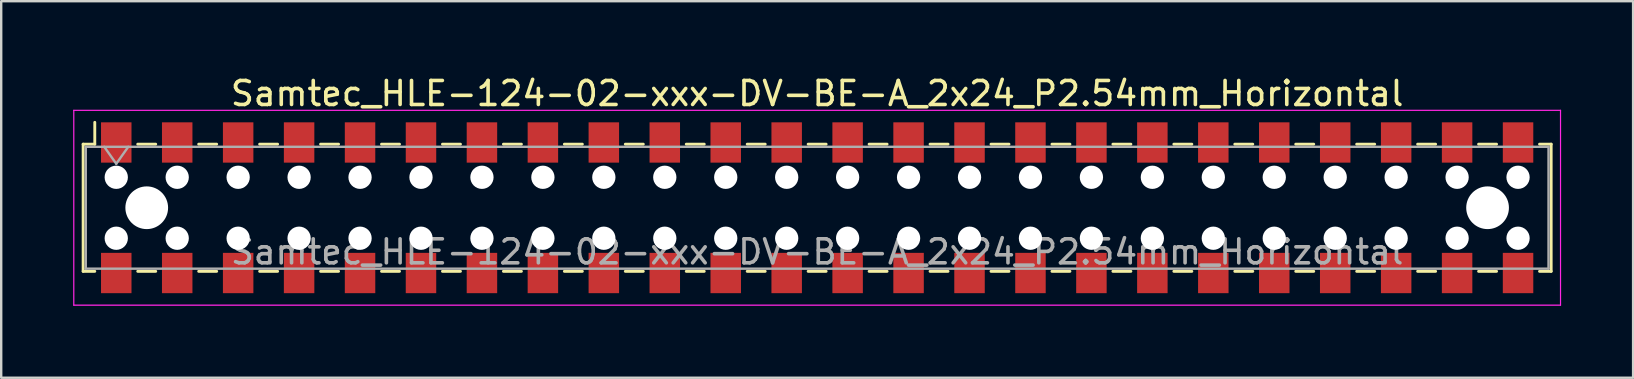
<source format=kicad_pcb>
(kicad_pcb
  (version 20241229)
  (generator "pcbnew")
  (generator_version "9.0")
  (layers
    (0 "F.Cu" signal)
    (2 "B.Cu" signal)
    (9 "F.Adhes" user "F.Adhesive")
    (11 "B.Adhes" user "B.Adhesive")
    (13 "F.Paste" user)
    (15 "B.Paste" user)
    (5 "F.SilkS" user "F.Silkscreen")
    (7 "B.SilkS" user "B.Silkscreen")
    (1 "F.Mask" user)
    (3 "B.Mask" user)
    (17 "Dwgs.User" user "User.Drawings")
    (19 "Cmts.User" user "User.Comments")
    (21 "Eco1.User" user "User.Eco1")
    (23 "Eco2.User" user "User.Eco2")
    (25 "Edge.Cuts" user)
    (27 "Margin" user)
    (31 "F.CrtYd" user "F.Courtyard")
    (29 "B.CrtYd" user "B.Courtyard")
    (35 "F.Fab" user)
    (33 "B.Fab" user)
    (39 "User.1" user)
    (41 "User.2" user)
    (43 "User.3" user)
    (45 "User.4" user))
  (footprint "Samtec_HLE-124-02-xxx-DV-BE-A_2x24_P2.54mm_Horizontal"
    (layer "F.Cu")
    (at 31.005 5.608)
    (property "Reference" "Samtec_HLE-124-02-xxx-DV-BE-A_2x24_P2.54mm_Horizontal" (at 0 -4.76 0) (layer "F.SilkS") (effects (font (size 1 1) (thickness 0.15))))
    (attr smd)
    (fp_line (start -30.59 -2.65) (end -30.59 2.65) (stroke (width 0.12) (type solid)) (layer "F.SilkS"))
    (fp_line (start -30.59 2.65) (end -30.105 2.65) (stroke (width 0.12) (type solid)) (layer "F.SilkS"))
    (fp_line (start -30.105 -3.56) (end -30.105 -2.65) (stroke (width 0.12) (type solid)) (layer "F.SilkS"))
    (fp_line (start -30.105 -2.65) (end -30.59 -2.65) (stroke (width 0.12) (type solid)) (layer "F.SilkS"))
    (fp_line (start -28.315 -2.65) (end -27.565 -2.65) (stroke (width 0.12) (type solid)) (layer "F.SilkS"))
    (fp_line (start -28.315 2.65) (end -27.565 2.65) (stroke (width 0.12) (type solid)) (layer "F.SilkS"))
    (fp_line (start -25.775 -2.65) (end -25.025 -2.65) (stroke (width 0.12) (type solid)) (layer "F.SilkS"))
    (fp_line (start -25.775 2.65) (end -25.025 2.65) (stroke (width 0.12) (type solid)) (layer "F.SilkS"))
    (fp_line (start -23.235 -2.65) (end -22.485 -2.65) (stroke (width 0.12) (type solid)) (layer "F.SilkS"))
    (fp_line (start -23.235 2.65) (end -22.485 2.65) (stroke (width 0.12) (type solid)) (layer "F.SilkS"))
    (fp_line (start -20.695 -2.65) (end -19.945 -2.65) (stroke (width 0.12) (type solid)) (layer "F.SilkS"))
    (fp_line (start -20.695 2.65) (end -19.945 2.65) (stroke (width 0.12) (type solid)) (layer "F.SilkS"))
    (fp_line (start -18.155 -2.65) (end -17.405 -2.65) (stroke (width 0.12) (type solid)) (layer "F.SilkS"))
    (fp_line (start -18.155 2.65) (end -17.405 2.65) (stroke (width 0.12) (type solid)) (layer "F.SilkS"))
    (fp_line (start -15.615 -2.65) (end -14.865 -2.65) (stroke (width 0.12) (type solid)) (layer "F.SilkS"))
    (fp_line (start -15.615 2.65) (end -14.865 2.65) (stroke (width 0.12) (type solid)) (layer "F.SilkS"))
    (fp_line (start -13.075 -2.65) (end -12.325 -2.65) (stroke (width 0.12) (type solid)) (layer "F.SilkS"))
    (fp_line (start -13.075 2.65) (end -12.325 2.65) (stroke (width 0.12) (type solid)) (layer "F.SilkS"))
    (fp_line (start -10.535 -2.65) (end -9.785 -2.65) (stroke (width 0.12) (type solid)) (layer "F.SilkS"))
    (fp_line (start -10.535 2.65) (end -9.785 2.65) (stroke (width 0.12) (type solid)) (layer "F.SilkS"))
    (fp_line (start -7.995 -2.65) (end -7.245 -2.65) (stroke (width 0.12) (type solid)) (layer "F.SilkS"))
    (fp_line (start -7.995 2.65) (end -7.245 2.65) (stroke (width 0.12) (type solid)) (layer "F.SilkS"))
    (fp_line (start -5.455 -2.65) (end -4.705 -2.65) (stroke (width 0.12) (type solid)) (layer "F.SilkS"))
    (fp_line (start -5.455 2.65) (end -4.705 2.65) (stroke (width 0.12) (type solid)) (layer "F.SilkS"))
    (fp_line (start -2.915 -2.65) (end -2.165 -2.65) (stroke (width 0.12) (type solid)) (layer "F.SilkS"))
    (fp_line (start -2.915 2.65) (end -2.165 2.65) (stroke (width 0.12) (type solid)) (layer "F.SilkS"))
    (fp_line (start -0.375 -2.65) (end 0.375 -2.65) (stroke (width 0.12) (type solid)) (layer "F.SilkS"))
    (fp_line (start -0.375 2.65) (end 0.375 2.65) (stroke (width 0.12) (type solid)) (layer "F.SilkS"))
    (fp_line (start 2.165 -2.65) (end 2.915 -2.65) (stroke (width 0.12) (type solid)) (layer "F.SilkS"))
    (fp_line (start 2.165 2.65) (end 2.915 2.65) (stroke (width 0.12) (type solid)) (layer "F.SilkS"))
    (fp_line (start 4.705 -2.65) (end 5.455 -2.65) (stroke (width 0.12) (type solid)) (layer "F.SilkS"))
    (fp_line (start 4.705 2.65) (end 5.455 2.65) (stroke (width 0.12) (type solid)) (layer "F.SilkS"))
    (fp_line (start 7.245 -2.65) (end 7.995 -2.65) (stroke (width 0.12) (type solid)) (layer "F.SilkS"))
    (fp_line (start 7.245 2.65) (end 7.995 2.65) (stroke (width 0.12) (type solid)) (layer "F.SilkS"))
    (fp_line (start 9.785 -2.65) (end 10.535 -2.65) (stroke (width 0.12) (type solid)) (layer "F.SilkS"))
    (fp_line (start 9.785 2.65) (end 10.535 2.65) (stroke (width 0.12) (type solid)) (layer "F.SilkS"))
    (fp_line (start 12.325 -2.65) (end 13.075 -2.65) (stroke (width 0.12) (type solid)) (layer "F.SilkS"))
    (fp_line (start 12.325 2.65) (end 13.075 2.65) (stroke (width 0.12) (type solid)) (layer "F.SilkS"))
    (fp_line (start 14.865 -2.65) (end 15.615 -2.65) (stroke (width 0.12) (type solid)) (layer "F.SilkS"))
    (fp_line (start 14.865 2.65) (end 15.615 2.65) (stroke (width 0.12) (type solid)) (layer "F.SilkS"))
    (fp_line (start 17.405 -2.65) (end 18.155 -2.65) (stroke (width 0.12) (type solid)) (layer "F.SilkS"))
    (fp_line (start 17.405 2.65) (end 18.155 2.65) (stroke (width 0.12) (type solid)) (layer "F.SilkS"))
    (fp_line (start 19.945 -2.65) (end 20.695 -2.65) (stroke (width 0.12) (type solid)) (layer "F.SilkS"))
    (fp_line (start 19.945 2.65) (end 20.695 2.65) (stroke (width 0.12) (type solid)) (layer "F.SilkS"))
    (fp_line (start 22.485 -2.65) (end 23.235 -2.65) (stroke (width 0.12) (type solid)) (layer "F.SilkS"))
    (fp_line (start 22.485 2.65) (end 23.235 2.65) (stroke (width 0.12) (type solid)) (layer "F.SilkS"))
    (fp_line (start 25.025 -2.65) (end 25.775 -2.65) (stroke (width 0.12) (type solid)) (layer "F.SilkS"))
    (fp_line (start 25.025 2.65) (end 25.775 2.65) (stroke (width 0.12) (type solid)) (layer "F.SilkS"))
    (fp_line (start 27.565 -2.65) (end 28.315 -2.65) (stroke (width 0.12) (type solid)) (layer "F.SilkS"))
    (fp_line (start 27.565 2.65) (end 28.315 2.65) (stroke (width 0.12) (type solid)) (layer "F.SilkS"))
    (fp_line (start 30.105 -2.65) (end 30.59 -2.65) (stroke (width 0.12) (type solid)) (layer "F.SilkS"))
    (fp_line (start 30.59 -2.65) (end 30.59 2.65) (stroke (width 0.12) (type solid)) (layer "F.SilkS"))
    (fp_line (start 30.59 2.65) (end 30.105 2.65) (stroke (width 0.12) (type solid)) (layer "F.SilkS"))
    (fp_line (start -30.98 -4.06) (end 30.98 -4.06) (stroke (width 0.05) (type solid)) (layer "F.CrtYd"))
    (fp_line (start -30.98 4.06) (end -30.98 -4.06) (stroke (width 0.05) (type solid)) (layer "F.CrtYd"))
    (fp_line (start 30.98 -4.06) (end 30.98 4.06) (stroke (width 0.05) (type solid)) (layer "F.CrtYd"))
    (fp_line (start 30.98 4.06) (end -30.98 4.06) (stroke (width 0.05) (type solid)) (layer "F.CrtYd"))
    (fp_line (start -30.48 -2.54) (end 30.48 -2.54) (stroke (width 0.1) (type solid)) (layer "F.Fab"))
    (fp_line (start -30.48 2.54) (end -30.48 -2.54) (stroke (width 0.1) (type solid)) (layer "F.Fab"))
    (fp_line (start -29.71 -2.54) (end -29.21 -1.833) (stroke (width 0.1) (type solid)) (layer "F.Fab"))
    (fp_line (start -29.21 -1.833) (end -28.71 -2.54) (stroke (width 0.1) (type solid)) (layer "F.Fab"))
    (fp_line (start 30.48 -2.54) (end 30.48 2.54) (stroke (width 0.1) (type solid)) (layer "F.Fab"))
    (fp_line (start 30.48 2.54) (end -30.48 2.54) (stroke (width 0.1) (type solid)) (layer "F.Fab"))
    (fp_text user "${REFERENCE}" (at 0 1.84 0) (layer "F.Fab") (effects (font (size 1 1) (thickness 0.15))))
    (pad "" np_thru_hole circle (at -29.21 -1.27) (size 0.97 0.97) (drill 0.97) (layers "*.Cu" "*.Mask"))
    (pad "" np_thru_hole circle (at -29.21 1.27) (size 0.97 0.97) (drill 0.97) (layers "*.Cu" "*.Mask"))
    (pad "" np_thru_hole circle (at -27.94 0) (size 1.78 1.78) (drill 1.78) (layers "*.Cu" "*.Mask"))
    (pad "" np_thru_hole circle (at -26.67 -1.27) (size 0.97 0.97) (drill 0.97) (layers "*.Cu" "*.Mask"))
    (pad "" np_thru_hole circle (at -26.67 1.27) (size 0.97 0.97) (drill 0.97) (layers "*.Cu" "*.Mask"))
    (pad "" np_thru_hole circle (at -24.13 -1.27) (size 0.97 0.97) (drill 0.97) (layers "*.Cu" "*.Mask"))
    (pad "" np_thru_hole circle (at -24.13 1.27) (size 0.97 0.97) (drill 0.97) (layers "*.Cu" "*.Mask"))
    (pad "" np_thru_hole circle (at -21.59 -1.27) (size 0.97 0.97) (drill 0.97) (layers "*.Cu" "*.Mask"))
    (pad "" np_thru_hole circle (at -21.59 1.27) (size 0.97 0.97) (drill 0.97) (layers "*.Cu" "*.Mask"))
    (pad "" np_thru_hole circle (at -19.05 -1.27) (size 0.97 0.97) (drill 0.97) (layers "*.Cu" "*.Mask"))
    (pad "" np_thru_hole circle (at -19.05 1.27) (size 0.97 0.97) (drill 0.97) (layers "*.Cu" "*.Mask"))
    (pad "" np_thru_hole circle (at -16.51 -1.27) (size 0.97 0.97) (drill 0.97) (layers "*.Cu" "*.Mask"))
    (pad "" np_thru_hole circle (at -16.51 1.27) (size 0.97 0.97) (drill 0.97) (layers "*.Cu" "*.Mask"))
    (pad "" np_thru_hole circle (at -13.97 -1.27) (size 0.97 0.97) (drill 0.97) (layers "*.Cu" "*.Mask"))
    (pad "" np_thru_hole circle (at -13.97 1.27) (size 0.97 0.97) (drill 0.97) (layers "*.Cu" "*.Mask"))
    (pad "" np_thru_hole circle (at -11.43 -1.27) (size 0.97 0.97) (drill 0.97) (layers "*.Cu" "*.Mask"))
    (pad "" np_thru_hole circle (at -11.43 1.27) (size 0.97 0.97) (drill 0.97) (layers "*.Cu" "*.Mask"))
    (pad "" np_thru_hole circle (at -8.89 -1.27) (size 0.97 0.97) (drill 0.97) (layers "*.Cu" "*.Mask"))
    (pad "" np_thru_hole circle (at -8.89 1.27) (size 0.97 0.97) (drill 0.97) (layers "*.Cu" "*.Mask"))
    (pad "" np_thru_hole circle (at -6.35 -1.27) (size 0.97 0.97) (drill 0.97) (layers "*.Cu" "*.Mask"))
    (pad "" np_thru_hole circle (at -6.35 1.27) (size 0.97 0.97) (drill 0.97) (layers "*.Cu" "*.Mask"))
    (pad "" np_thru_hole circle (at -3.81 -1.27) (size 0.97 0.97) (drill 0.97) (layers "*.Cu" "*.Mask"))
    (pad "" np_thru_hole circle (at -3.81 1.27) (size 0.97 0.97) (drill 0.97) (layers "*.Cu" "*.Mask"))
    (pad "" np_thru_hole circle (at -1.27 -1.27) (size 0.97 0.97) (drill 0.97) (layers "*.Cu" "*.Mask"))
    (pad "" np_thru_hole circle (at -1.27 1.27) (size 0.97 0.97) (drill 0.97) (layers "*.Cu" "*.Mask"))
    (pad "" np_thru_hole circle (at 1.27 -1.27) (size 0.97 0.97) (drill 0.97) (layers "*.Cu" "*.Mask"))
    (pad "" np_thru_hole circle (at 1.27 1.27) (size 0.97 0.97) (drill 0.97) (layers "*.Cu" "*.Mask"))
    (pad "" np_thru_hole circle (at 3.81 -1.27) (size 0.97 0.97) (drill 0.97) (layers "*.Cu" "*.Mask"))
    (pad "" np_thru_hole circle (at 3.81 1.27) (size 0.97 0.97) (drill 0.97) (layers "*.Cu" "*.Mask"))
    (pad "" np_thru_hole circle (at 6.35 -1.27) (size 0.97 0.97) (drill 0.97) (layers "*.Cu" "*.Mask"))
    (pad "" np_thru_hole circle (at 6.35 1.27) (size 0.97 0.97) (drill 0.97) (layers "*.Cu" "*.Mask"))
    (pad "" np_thru_hole circle (at 8.89 -1.27) (size 0.97 0.97) (drill 0.97) (layers "*.Cu" "*.Mask"))
    (pad "" np_thru_hole circle (at 8.89 1.27) (size 0.97 0.97) (drill 0.97) (layers "*.Cu" "*.Mask"))
    (pad "" np_thru_hole circle (at 11.43 -1.27) (size 0.97 0.97) (drill 0.97) (layers "*.Cu" "*.Mask"))
    (pad "" np_thru_hole circle (at 11.43 1.27) (size 0.97 0.97) (drill 0.97) (layers "*.Cu" "*.Mask"))
    (pad "" np_thru_hole circle (at 13.97 -1.27) (size 0.97 0.97) (drill 0.97) (layers "*.Cu" "*.Mask"))
    (pad "" np_thru_hole circle (at 13.97 1.27) (size 0.97 0.97) (drill 0.97) (layers "*.Cu" "*.Mask"))
    (pad "" np_thru_hole circle (at 16.51 -1.27) (size 0.97 0.97) (drill 0.97) (layers "*.Cu" "*.Mask"))
    (pad "" np_thru_hole circle (at 16.51 1.27) (size 0.97 0.97) (drill 0.97) (layers "*.Cu" "*.Mask"))
    (pad "" np_thru_hole circle (at 19.05 -1.27) (size 0.97 0.97) (drill 0.97) (layers "*.Cu" "*.Mask"))
    (pad "" np_thru_hole circle (at 19.05 1.27) (size 0.97 0.97) (drill 0.97) (layers "*.Cu" "*.Mask"))
    (pad "" np_thru_hole circle (at 21.59 -1.27) (size 0.97 0.97) (drill 0.97) (layers "*.Cu" "*.Mask"))
    (pad "" np_thru_hole circle (at 21.59 1.27) (size 0.97 0.97) (drill 0.97) (layers "*.Cu" "*.Mask"))
    (pad "" np_thru_hole circle (at 24.13 -1.27) (size 0.97 0.97) (drill 0.97) (layers "*.Cu" "*.Mask"))
    (pad "" np_thru_hole circle (at 24.13 1.27) (size 0.97 0.97) (drill 0.97) (layers "*.Cu" "*.Mask"))
    (pad "" np_thru_hole circle (at 26.67 -1.27) (size 0.97 0.97) (drill 0.97) (layers "*.Cu" "*.Mask"))
    (pad "" np_thru_hole circle (at 26.67 1.27) (size 0.97 0.97) (drill 0.97) (layers "*.Cu" "*.Mask"))
    (pad "" np_thru_hole circle (at 27.94 0) (size 1.78 1.78) (drill 1.78) (layers "*.Cu" "*.Mask"))
    (pad "" np_thru_hole circle (at 29.21 -1.27) (size 0.97 0.97) (drill 0.97) (layers "*.Cu" "*.Mask"))
    (pad "" np_thru_hole circle (at 29.21 1.27) (size 0.97 0.97) (drill 0.97) (layers "*.Cu" "*.Mask"))
    (pad "1" smd rect (at -29.21 -2.72) (size 1.27 1.68) (layers "F.Cu" "F.Mask" "F.Paste"))
    (pad "2" smd rect (at -29.21 2.72) (size 1.27 1.68) (layers "F.Cu" "F.Mask" "F.Paste"))
    (pad "3" smd rect (at -26.67 -2.72) (size 1.27 1.68) (layers "F.Cu" "F.Mask" "F.Paste"))
    (pad "4" smd rect (at -26.67 2.72) (size 1.27 1.68) (layers "F.Cu" "F.Mask" "F.Paste"))
    (pad "5" smd rect (at -24.13 -2.72) (size 1.27 1.68) (layers "F.Cu" "F.Mask" "F.Paste"))
    (pad "6" smd rect (at -24.13 2.72) (size 1.27 1.68) (layers "F.Cu" "F.Mask" "F.Paste"))
    (pad "7" smd rect (at -21.59 -2.72) (size 1.27 1.68) (layers "F.Cu" "F.Mask" "F.Paste"))
    (pad "8" smd rect (at -21.59 2.72) (size 1.27 1.68) (layers "F.Cu" "F.Mask" "F.Paste"))
    (pad "9" smd rect (at -19.05 -2.72) (size 1.27 1.68) (layers "F.Cu" "F.Mask" "F.Paste"))
    (pad "10" smd rect (at -19.05 2.72) (size 1.27 1.68) (layers "F.Cu" "F.Mask" "F.Paste"))
    (pad "11" smd rect (at -16.51 -2.72) (size 1.27 1.68) (layers "F.Cu" "F.Mask" "F.Paste"))
    (pad "12" smd rect (at -16.51 2.72) (size 1.27 1.68) (layers "F.Cu" "F.Mask" "F.Paste"))
    (pad "13" smd rect (at -13.97 -2.72) (size 1.27 1.68) (layers "F.Cu" "F.Mask" "F.Paste"))
    (pad "14" smd rect (at -13.97 2.72) (size 1.27 1.68) (layers "F.Cu" "F.Mask" "F.Paste"))
    (pad "15" smd rect (at -11.43 -2.72) (size 1.27 1.68) (layers "F.Cu" "F.Mask" "F.Paste"))
    (pad "16" smd rect (at -11.43 2.72) (size 1.27 1.68) (layers "F.Cu" "F.Mask" "F.Paste"))
    (pad "17" smd rect (at -8.89 -2.72) (size 1.27 1.68) (layers "F.Cu" "F.Mask" "F.Paste"))
    (pad "18" smd rect (at -8.89 2.72) (size 1.27 1.68) (layers "F.Cu" "F.Mask" "F.Paste"))
    (pad "19" smd rect (at -6.35 -2.72) (size 1.27 1.68) (layers "F.Cu" "F.Mask" "F.Paste"))
    (pad "20" smd rect (at -6.35 2.72) (size 1.27 1.68) (layers "F.Cu" "F.Mask" "F.Paste"))
    (pad "21" smd rect (at -3.81 -2.72) (size 1.27 1.68) (layers "F.Cu" "F.Mask" "F.Paste"))
    (pad "22" smd rect (at -3.81 2.72) (size 1.27 1.68) (layers "F.Cu" "F.Mask" "F.Paste"))
    (pad "23" smd rect (at -1.27 -2.72) (size 1.27 1.68) (layers "F.Cu" "F.Mask" "F.Paste"))
    (pad "24" smd rect (at -1.27 2.72) (size 1.27 1.68) (layers "F.Cu" "F.Mask" "F.Paste"))
    (pad "25" smd rect (at 1.27 -2.72) (size 1.27 1.68) (layers "F.Cu" "F.Mask" "F.Paste"))
    (pad "26" smd rect (at 1.27 2.72) (size 1.27 1.68) (layers "F.Cu" "F.Mask" "F.Paste"))
    (pad "27" smd rect (at 3.81 -2.72) (size 1.27 1.68) (layers "F.Cu" "F.Mask" "F.Paste"))
    (pad "28" smd rect (at 3.81 2.72) (size 1.27 1.68) (layers "F.Cu" "F.Mask" "F.Paste"))
    (pad "29" smd rect (at 6.35 -2.72) (size 1.27 1.68) (layers "F.Cu" "F.Mask" "F.Paste"))
    (pad "30" smd rect (at 6.35 2.72) (size 1.27 1.68) (layers "F.Cu" "F.Mask" "F.Paste"))
    (pad "31" smd rect (at 8.89 -2.72) (size 1.27 1.68) (layers "F.Cu" "F.Mask" "F.Paste"))
    (pad "32" smd rect (at 8.89 2.72) (size 1.27 1.68) (layers "F.Cu" "F.Mask" "F.Paste"))
    (pad "33" smd rect (at 11.43 -2.72) (size 1.27 1.68) (layers "F.Cu" "F.Mask" "F.Paste"))
    (pad "34" smd rect (at 11.43 2.72) (size 1.27 1.68) (layers "F.Cu" "F.Mask" "F.Paste"))
    (pad "35" smd rect (at 13.97 -2.72) (size 1.27 1.68) (layers "F.Cu" "F.Mask" "F.Paste"))
    (pad "36" smd rect (at 13.97 2.72) (size 1.27 1.68) (layers "F.Cu" "F.Mask" "F.Paste"))
    (pad "37" smd rect (at 16.51 -2.72) (size 1.27 1.68) (layers "F.Cu" "F.Mask" "F.Paste"))
    (pad "38" smd rect (at 16.51 2.72) (size 1.27 1.68) (layers "F.Cu" "F.Mask" "F.Paste"))
    (pad "39" smd rect (at 19.05 -2.72) (size 1.27 1.68) (layers "F.Cu" "F.Mask" "F.Paste"))
    (pad "40" smd rect (at 19.05 2.72) (size 1.27 1.68) (layers "F.Cu" "F.Mask" "F.Paste"))
    (pad "41" smd rect (at 21.59 -2.72) (size 1.27 1.68) (layers "F.Cu" "F.Mask" "F.Paste"))
    (pad "42" smd rect (at 21.59 2.72) (size 1.27 1.68) (layers "F.Cu" "F.Mask" "F.Paste"))
    (pad "43" smd rect (at 24.13 -2.72) (size 1.27 1.68) (layers "F.Cu" "F.Mask" "F.Paste"))
    (pad "44" smd rect (at 24.13 2.72) (size 1.27 1.68) (layers "F.Cu" "F.Mask" "F.Paste"))
    (pad "45" smd rect (at 26.67 -2.72) (size 1.27 1.68) (layers "F.Cu" "F.Mask" "F.Paste"))
    (pad "46" smd rect (at 26.67 2.72) (size 1.27 1.68) (layers "F.Cu" "F.Mask" "F.Paste"))
    (pad "47" smd rect (at 29.21 -2.72) (size 1.27 1.68) (layers "F.Cu" "F.Mask" "F.Paste"))
    (pad "48" smd rect (at 29.21 2.72) (size 1.27 1.68) (layers "F.Cu" "F.Mask" "F.Paste")))
  (gr_rect
    (start -3 -3)
    (end 65.01 12.693)
    (stroke (width 0.1) (type default))
    (fill no)
    (layer "Edge.Cuts")))
</source>
